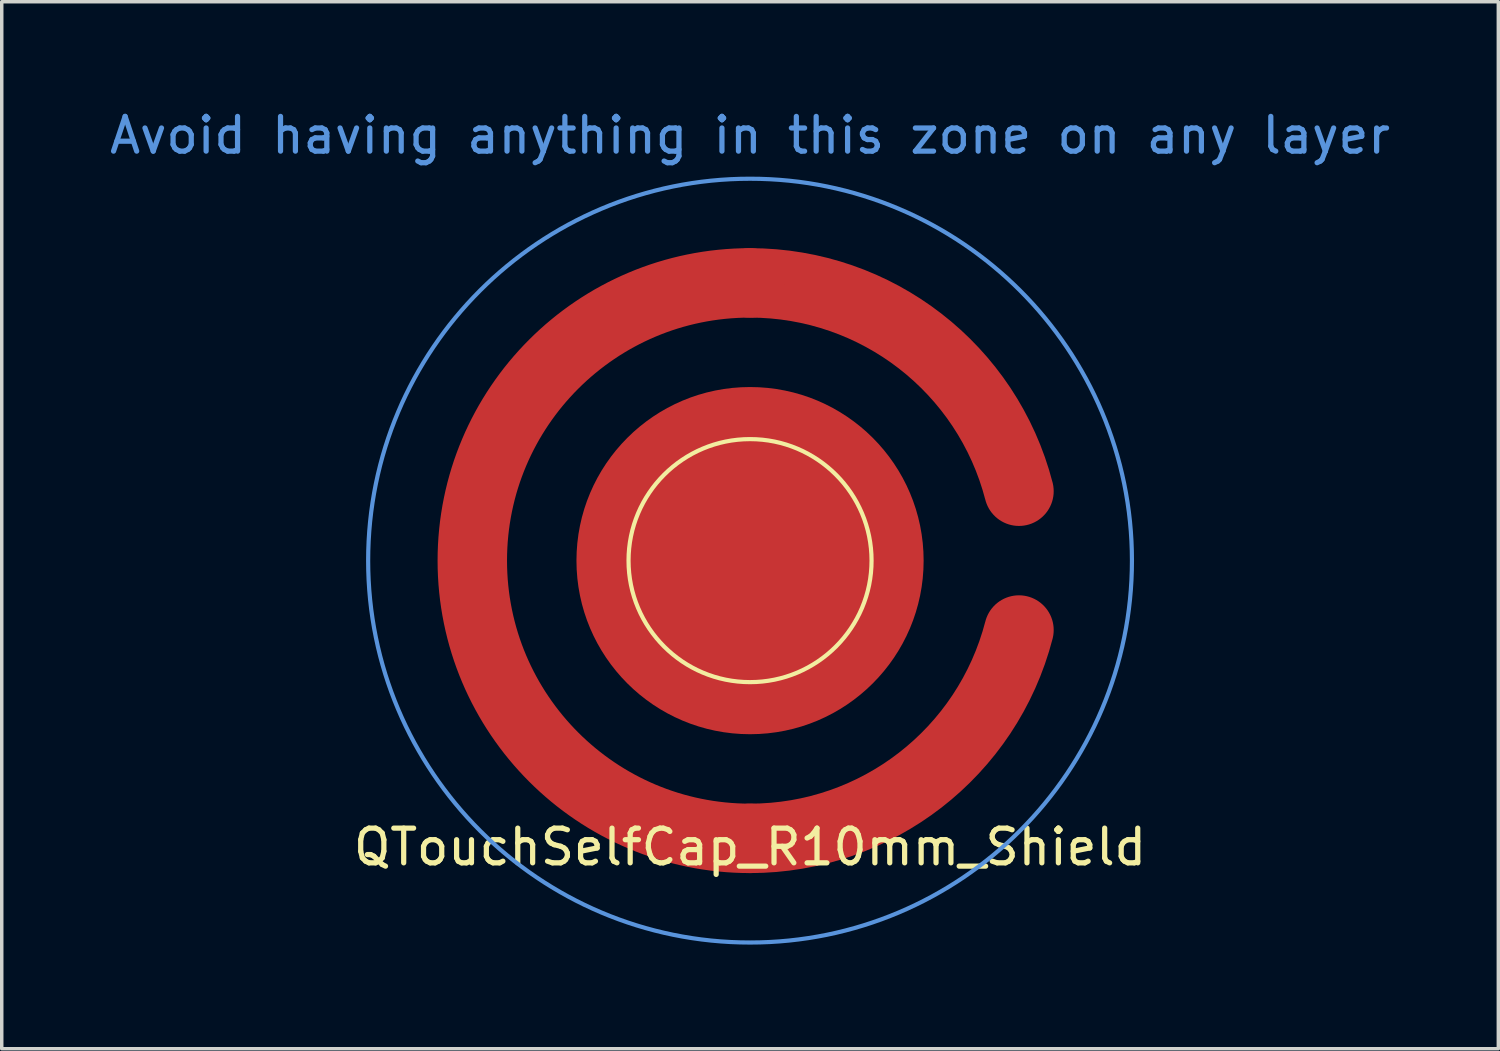
<source format=kicad_pcb>
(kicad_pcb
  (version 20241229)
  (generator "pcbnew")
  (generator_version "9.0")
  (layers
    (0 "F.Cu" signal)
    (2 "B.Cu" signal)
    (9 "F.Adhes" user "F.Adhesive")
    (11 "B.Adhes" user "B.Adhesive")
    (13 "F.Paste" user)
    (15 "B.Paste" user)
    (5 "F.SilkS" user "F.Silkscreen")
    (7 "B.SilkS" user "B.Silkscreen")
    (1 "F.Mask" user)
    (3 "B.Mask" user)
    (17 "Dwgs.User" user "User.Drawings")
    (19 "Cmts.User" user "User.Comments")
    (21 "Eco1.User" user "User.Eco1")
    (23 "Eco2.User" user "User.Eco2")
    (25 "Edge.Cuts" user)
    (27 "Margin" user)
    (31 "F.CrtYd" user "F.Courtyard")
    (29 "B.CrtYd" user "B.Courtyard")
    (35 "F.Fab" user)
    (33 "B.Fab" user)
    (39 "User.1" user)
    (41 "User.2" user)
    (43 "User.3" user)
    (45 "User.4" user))
  (footprint "QTouchSelfCap_R10mm_Shield"
    (layer "F.Cu")
    (at 18.554 13.098)
    (property "Reference" "QTouchSelfCap_R10mm_Shield" (at 0 8.25 0) (layer "F.SilkS") (effects (font (size 1 1) (thickness 0.15))))
    (attr exclude_from_pos_files exclude_from_bom)
    (fp_arc (start 0 -8) (mid 4.899378 -6.324247) (end 7.746219 -1.999024) (stroke (width 2) (type solid)) (layer "F.Cu"))
    (fp_arc (start 0 8) (mid -8 0) (end 0 -8) (stroke (width 2) (type solid)) (layer "F.Cu"))
    (fp_arc (start 7.746219 1.999024) (mid 4.899378 6.324247) (end 0 8) (stroke (width 2) (type solid)) (layer "F.Cu"))
    (fp_circle (center 0 0) (end 3.5 0) (stroke (width 0.12) (type solid)) (fill no) (layer "F.SilkS"))
    (fp_circle (center 0 0) (end 11 0) (stroke (width 0.12) (type solid)) (fill no) (layer "Cmts.User"))
    (fp_text user "Avoid having anything in this zone on any layer" (at 0 -12.25 0) (layer "Cmts.User") (effects (font (size 1 1) (thickness 0.15))))
    (pad "1" smd circle (at 0 0) (size 10 10) (layers "F.Cu"))
    (pad "2" smd circle (at 7.75 -1.75) (size 1 1) (layers "F.Cu"))
    (pad "2" smd circle (at 7.75 1.75) (size 1 1) (layers "F.Cu")))
  (gr_rect
    (start -3 -3)
    (end 40.107 27.158)
    (stroke (width 0.1) (type default))
    (fill no)
    (layer "Edge.Cuts")))
</source>
